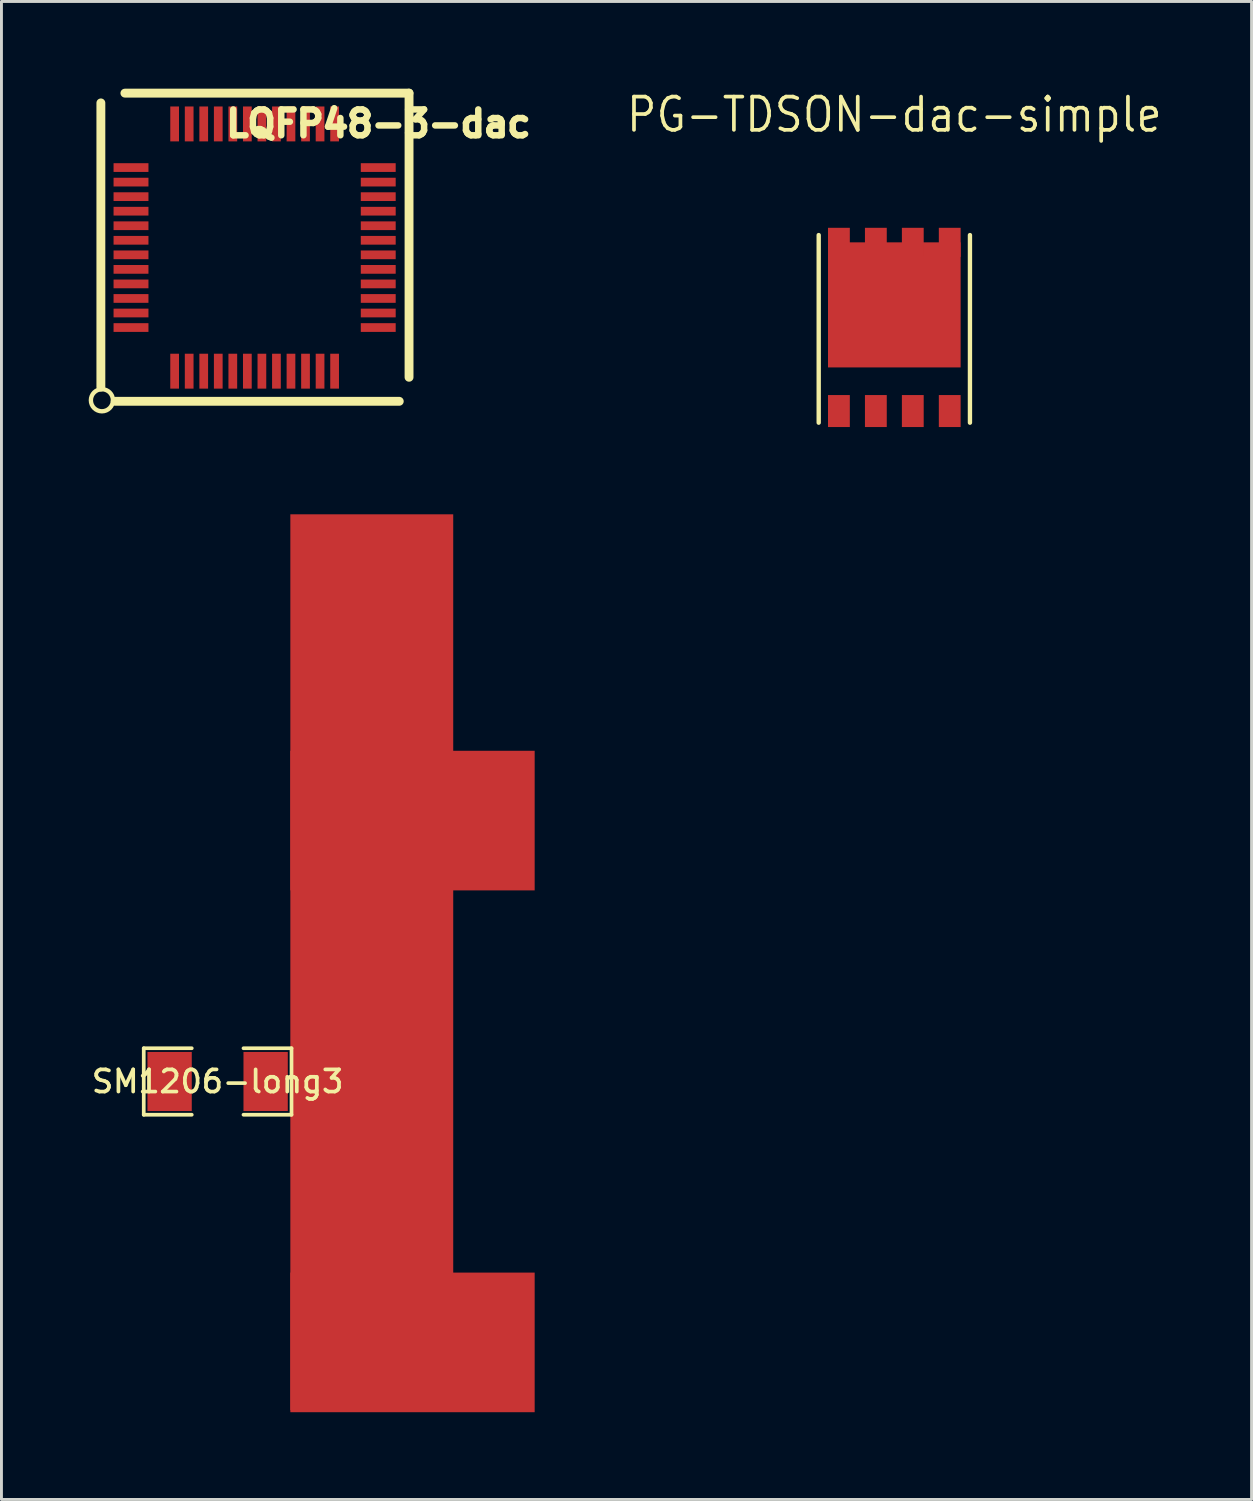
<source format=kicad_pcb>
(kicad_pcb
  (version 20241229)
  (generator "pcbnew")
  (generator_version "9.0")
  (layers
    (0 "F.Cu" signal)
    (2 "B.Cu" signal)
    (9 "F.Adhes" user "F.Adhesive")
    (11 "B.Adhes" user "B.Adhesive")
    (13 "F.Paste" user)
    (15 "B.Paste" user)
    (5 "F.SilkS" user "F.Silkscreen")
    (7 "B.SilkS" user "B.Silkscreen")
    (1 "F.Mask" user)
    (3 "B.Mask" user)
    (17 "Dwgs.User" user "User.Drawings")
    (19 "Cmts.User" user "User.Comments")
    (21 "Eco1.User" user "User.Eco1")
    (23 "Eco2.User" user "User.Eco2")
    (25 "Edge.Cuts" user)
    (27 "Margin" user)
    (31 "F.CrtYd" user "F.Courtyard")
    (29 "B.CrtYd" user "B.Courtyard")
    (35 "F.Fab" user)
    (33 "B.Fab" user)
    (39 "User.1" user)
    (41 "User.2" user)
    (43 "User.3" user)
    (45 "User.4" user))
  (footprint "LQFP48-3-dac"
    (layer "F.Cu")
    (at 5.704 5.461)
    (property "Reference" "LQFP48-3-dac" (at 4.26 -4.26 0) (layer "F.SilkS") (effects (font (size 0.889 0.889) (thickness 0.224))))
    (attr through_hole)
    (fp_line (start -5.286 -4.973) (end -5.286 4.796) (stroke (width 0.305) (type solid)) (layer "F.SilkS"))
    (fp_line (start -4.793 5.286) (end 4.973 5.286) (stroke (width 0.305) (type solid)) (layer "F.SilkS"))
    (fp_line (start 5.306 -5.309) (end -4.46 -5.309) (stroke (width 0.305) (type solid)) (layer "F.SilkS"))
    (fp_line (start 5.309 4.46) (end 5.309 -5.309) (stroke (width 0.305) (type solid)) (layer "F.SilkS"))
    (fp_circle (center -5.25 5.25) (end -4.89 5.13) (stroke (width 0.15) (type solid)) (fill no) (layer "F.SilkS"))
    (pad "1" smd rect (at -2.75 4.25) (size 0.3 1.2) (layers "F.Cu" "F.Mask" "F.Paste"))
    (pad "2" smd rect (at -2.25 4.25) (size 0.3 1.2) (layers "F.Cu" "F.Mask" "F.Paste"))
    (pad "3" smd rect (at -1.75 4.25) (size 0.3 1.2) (layers "F.Cu" "F.Mask" "F.Paste"))
    (pad "4" smd rect (at -1.25 4.25) (size 0.3 1.2) (layers "F.Cu" "F.Mask" "F.Paste"))
    (pad "5" smd rect (at -0.75 4.25) (size 0.3 1.2) (layers "F.Cu" "F.Mask" "F.Paste"))
    (pad "6" smd rect (at -0.25 4.25) (size 0.3 1.2) (layers "F.Cu" "F.Mask" "F.Paste"))
    (pad "7" smd rect (at 0.25 4.25) (size 0.3 1.2) (layers "F.Cu" "F.Mask" "F.Paste"))
    (pad "8" smd rect (at 0.75 4.25) (size 0.3 1.2) (layers "F.Cu" "F.Mask" "F.Paste"))
    (pad "9" smd rect (at 1.25 4.25) (size 0.3 1.2) (layers "F.Cu" "F.Mask" "F.Paste"))
    (pad "10" smd rect (at 1.75 4.25) (size 0.3 1.2) (layers "F.Cu" "F.Mask" "F.Paste"))
    (pad "11" smd rect (at 2.25 4.25) (size 0.3 1.2) (layers "F.Cu" "F.Mask" "F.Paste"))
    (pad "12" smd rect (at 2.75 4.25) (size 0.3 1.2) (layers "F.Cu" "F.Mask" "F.Paste"))
    (pad "13" smd rect (at 4.25 2.75 270) (size 0.3 1.2) (layers "F.Cu" "F.Mask" "F.Paste"))
    (pad "14" smd rect (at 4.25 2.25 270) (size 0.3 1.2) (layers "F.Cu" "F.Mask" "F.Paste"))
    (pad "15" smd rect (at 4.25 1.75 270) (size 0.3 1.2) (layers "F.Cu" "F.Mask" "F.Paste"))
    (pad "16" smd rect (at 4.25 1.25 270) (size 0.3 1.2) (layers "F.Cu" "F.Mask" "F.Paste"))
    (pad "17" smd rect (at 4.25 0.75 270) (size 0.3 1.2) (layers "F.Cu" "F.Mask" "F.Paste"))
    (pad "18" smd rect (at 4.25 0.25 270) (size 0.3 1.2) (layers "F.Cu" "F.Mask" "F.Paste"))
    (pad "19" smd rect (at 4.25 -0.25 270) (size 0.3 1.2) (layers "F.Cu" "F.Mask" "F.Paste"))
    (pad "20" smd rect (at 4.25 -0.75 270) (size 0.3 1.2) (layers "F.Cu" "F.Mask" "F.Paste"))
    (pad "21" smd rect (at 4.25 -1.25 270) (size 0.3 1.2) (layers "F.Cu" "F.Mask" "F.Paste"))
    (pad "22" smd rect (at 4.25 -1.75 270) (size 0.3 1.2) (layers "F.Cu" "F.Mask" "F.Paste"))
    (pad "23" smd rect (at 4.25 -2.25 270) (size 0.3 1.2) (layers "F.Cu" "F.Mask" "F.Paste"))
    (pad "24" smd rect (at 4.25 -2.75 270) (size 0.3 1.2) (layers "F.Cu" "F.Mask" "F.Paste"))
    (pad "25" smd rect (at 2.75 -4.25 180) (size 0.3 1.2) (layers "F.Cu" "F.Mask" "F.Paste"))
    (pad "26" smd rect (at 2.25 -4.25 180) (size 0.3 1.2) (layers "F.Cu" "F.Mask" "F.Paste"))
    (pad "27" smd rect (at 1.75 -4.25 180) (size 0.3 1.2) (layers "F.Cu" "F.Mask" "F.Paste"))
    (pad "28" smd rect (at 1.25 -4.25 180) (size 0.3 1.2) (layers "F.Cu" "F.Mask" "F.Paste"))
    (pad "29" smd rect (at 0.75 -4.25 180) (size 0.3 1.2) (layers "F.Cu" "F.Mask" "F.Paste"))
    (pad "30" smd rect (at 0.25 -4.25 180) (size 0.3 1.2) (layers "F.Cu" "F.Mask" "F.Paste"))
    (pad "31" smd rect (at -0.25 -4.25 180) (size 0.3 1.2) (layers "F.Cu" "F.Mask" "F.Paste"))
    (pad "32" smd rect (at -0.75 -4.25 180) (size 0.3 1.2) (layers "F.Cu" "F.Mask" "F.Paste"))
    (pad "33" smd rect (at -1.25 -4.25 180) (size 0.3 1.2) (layers "F.Cu" "F.Mask" "F.Paste"))
    (pad "34" smd rect (at -1.75 -4.25 180) (size 0.3 1.2) (layers "F.Cu" "F.Mask" "F.Paste"))
    (pad "35" smd rect (at -2.25 -4.25 180) (size 0.3 1.2) (layers "F.Cu" "F.Mask" "F.Paste"))
    (pad "36" smd rect (at -2.75 -4.25 180) (size 0.3 1.2) (layers "F.Cu" "F.Mask" "F.Paste"))
    (pad "37" smd rect (at -4.25 -2.75 90) (size 0.3 1.2) (layers "F.Cu" "F.Mask" "F.Paste"))
    (pad "38" smd rect (at -4.25 -2.25 90) (size 0.3 1.2) (layers "F.Cu" "F.Mask" "F.Paste"))
    (pad "39" smd rect (at -4.25 -1.75 90) (size 0.3 1.2) (layers "F.Cu" "F.Mask" "F.Paste"))
    (pad "40" smd rect (at -4.25 -1.25 90) (size 0.3 1.2) (layers "F.Cu" "F.Mask" "F.Paste"))
    (pad "41" smd rect (at -4.25 -0.75 90) (size 0.3 1.2) (layers "F.Cu" "F.Mask" "F.Paste"))
    (pad "42" smd rect (at -4.25 -0.25 90) (size 0.3 1.2) (layers "F.Cu" "F.Mask" "F.Paste"))
    (pad "43" smd rect (at -4.25 0.25 90) (size 0.3 1.2) (layers "F.Cu" "F.Mask" "F.Paste"))
    (pad "44" smd rect (at -4.25 0.75 90) (size 0.3 1.2) (layers "F.Cu" "F.Mask" "F.Paste"))
    (pad "45" smd rect (at -4.25 1.25 90) (size 0.3 1.2) (layers "F.Cu" "F.Mask" "F.Paste"))
    (pad "46" smd rect (at -4.25 1.75 90) (size 0.3 1.2) (layers "F.Cu" "F.Mask" "F.Paste"))
    (pad "47" smd rect (at -4.25 2.25 90) (size 0.3 1.2) (layers "F.Cu" "F.Mask" "F.Paste"))
    (pad "48" smd rect (at -4.25 2.75 90) (size 0.3 1.2) (layers "F.Cu" "F.Mask" "F.Paste")))
  (footprint "PG-TDSON-dac-simple"
    (layer "F.Cu")
    (at 27.697 9.782)
    (property "Reference" "PG-TDSON-dac-simple" (at 0 -8.89 0) (layer "F.SilkS") (effects (font (size 1.143 1.016) (thickness 0.127))))
    (attr smd)
    (fp_line (start -2.6 -4.75) (end -2.6 1.7) (stroke (width 0.15) (type solid)) (layer "F.SilkS"))
    (fp_line (start 2.6 -4.75) (end 2.6 1.7) (stroke (width 0.15) (type solid)) (layer "F.SilkS"))
    (pad "D" smd rect (at -1.905 -4.5) (size 0.75 1) (layers "F.Cu" "F.Mask" "F.Paste"))
    (pad "D" smd rect (at -1.15 -3) (size 1.8 1.5) (layers "F.Cu" "F.Paste"))
    (pad "D" smd rect (at -1.15 -1.175) (size 1.8 1.5) (layers "F.Cu" "F.Paste"))
    (pad "D" smd rect (at -0.635 -4.5) (size 0.75 1) (layers "F.Cu" "F.Mask" "F.Paste"))
    (pad "D" smd rect (at 0 -2.35) (size 4.56 4.3) (layers "F.Cu" "F.Mask"))
    (pad "D" smd rect (at 0.635 -4.5) (size 0.75 1) (layers "F.Cu" "F.Mask" "F.Paste"))
    (pad "D" smd rect (at 1.15 -3) (size 1.8 1.5) (layers "F.Cu" "F.Paste"))
    (pad "D" smd rect (at 1.15 -1.175) (size 1.8 1.5) (layers "F.Cu" "F.Paste"))
    (pad "D" smd rect (at 1.905 -4.5) (size 0.75 1) (layers "F.Cu" "F.Mask" "F.Paste"))
    (pad "G" smd rect (at 1.905 1.3) (size 0.75 1.1) (layers "F.Cu" "F.Mask" "F.Paste"))
    (pad "S" smd rect (at -1.905 1.3) (size 0.75 1.1) (layers "F.Cu" "F.Mask" "F.Paste"))
    (pad "S" smd rect (at -0.635 1.3) (size 0.75 1.1) (layers "F.Cu" "F.Mask" "F.Paste"))
    (pad "S" smd rect (at 0.635 1.3) (size 0.75 1.1) (layers "F.Cu" "F.Mask" "F.Paste")))
  (footprint "SM1206-long3"
    (layer "F.Cu")
    (at 4.432 34.132)
    (property "Reference" "SM1206-long3" (at 0 0 0) (layer "F.SilkS") (effects (font (size 0.762 0.762) (thickness 0.127))))
    (attr smd)
    (fp_line (start -2.54 -1.143) (end -2.54 1.143) (stroke (width 0.127) (type solid)) (layer "F.SilkS"))
    (fp_line (start -2.54 1.143) (end -0.889 1.143) (stroke (width 0.127) (type solid)) (layer "F.SilkS"))
    (fp_line (start -0.889 -1.143) (end -2.54 -1.143) (stroke (width 0.127) (type solid)) (layer "F.SilkS"))
    (fp_line (start 0.889 -1.143) (end 2.54 -1.143) (stroke (width 0.127) (type solid)) (layer "F.SilkS"))
    (fp_line (start 2.54 -1.143) (end 2.54 1.143) (stroke (width 0.127) (type solid)) (layer "F.SilkS"))
    (fp_line (start 2.54 1.143) (end 0.889 1.143) (stroke (width 0.127) (type solid)) (layer "F.SilkS"))
    (pad "1" smd rect (at -1.651 0) (size 1.524 2.032) (layers "F.Cu" "F.Mask" "F.Paste"))
    (pad "2" smd rect (at 1.651 0) (size 1.524 2.032) (layers "F.Cu" "F.Mask" "F.Paste"))
    (pad "2" smd rect (at 5.3 0) (size 5.6 30.8) (drill (offset 0 -4.1)) (layers "F.Cu" "F.Mask" "F.Paste"))
    (pad "2" smd rect (at 6.7 -8.97) (size 8.4 4.8) (layers "F.Cu" "F.Mask" "F.Paste"))
    (pad "2" smd rect (at 6.7 8.97) (size 8.4 4.8) (layers "F.Cu" "F.Mask" "F.Paste")))
  (gr_rect
    (start -3 -3)
    (end 39.979 48.502)
    (stroke (width 0.1) (type default))
    (fill no)
    (layer "Edge.Cuts")))
</source>
